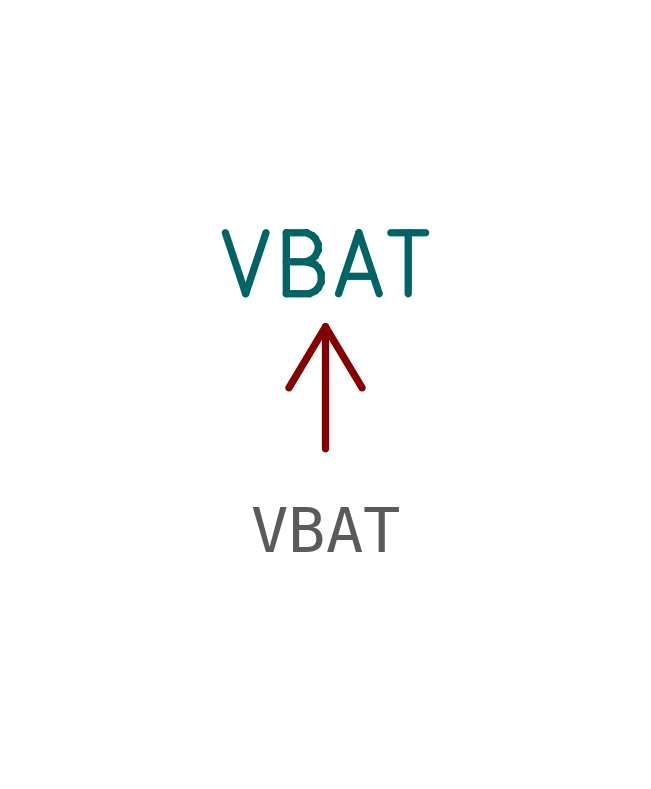
<source format=kicad_sym>
(kicad_symbol_lib
  (version 20211014)
  (generator kicad_symbol_editor)
  (symbol "VBAT"
    (power)
    (pin_names
      (offset 0))
    (property "Reference" "#PWR"
      (at 0 -3.81 0)
      (effects (font (size 1.27 1.27)) hide))
    (property "Value" "VBAT"
      (at 0 3.81 0)
      (effects (font (size 1.27 1.27))))
    (symbol "VBAT_0_1"
      (polyline (pts (xy -0.762 1.27) (xy 0 2.54)) (stroke (width 0) (type default) (color 0 0 0 0)) (fill (type none)))
      (polyline (pts (xy 0 0) (xy 0 2.54)) (stroke (width 0) (type default) (color 0 0 0 0)) (fill (type none)))
      (polyline (pts (xy 0 2.54) (xy 0.762 1.27)) (stroke (width 0) (type default) (color 0 0 0 0)) (fill (type none))))
    (symbol "VBAT_1_1"
      (pin power_in line (at 0 0 90) (length 0) hide (name "VBUS" (effects (font (size 1.27 1.27)))) (number "1" (effects (font (size 1.27 1.27))))))))
</source>
